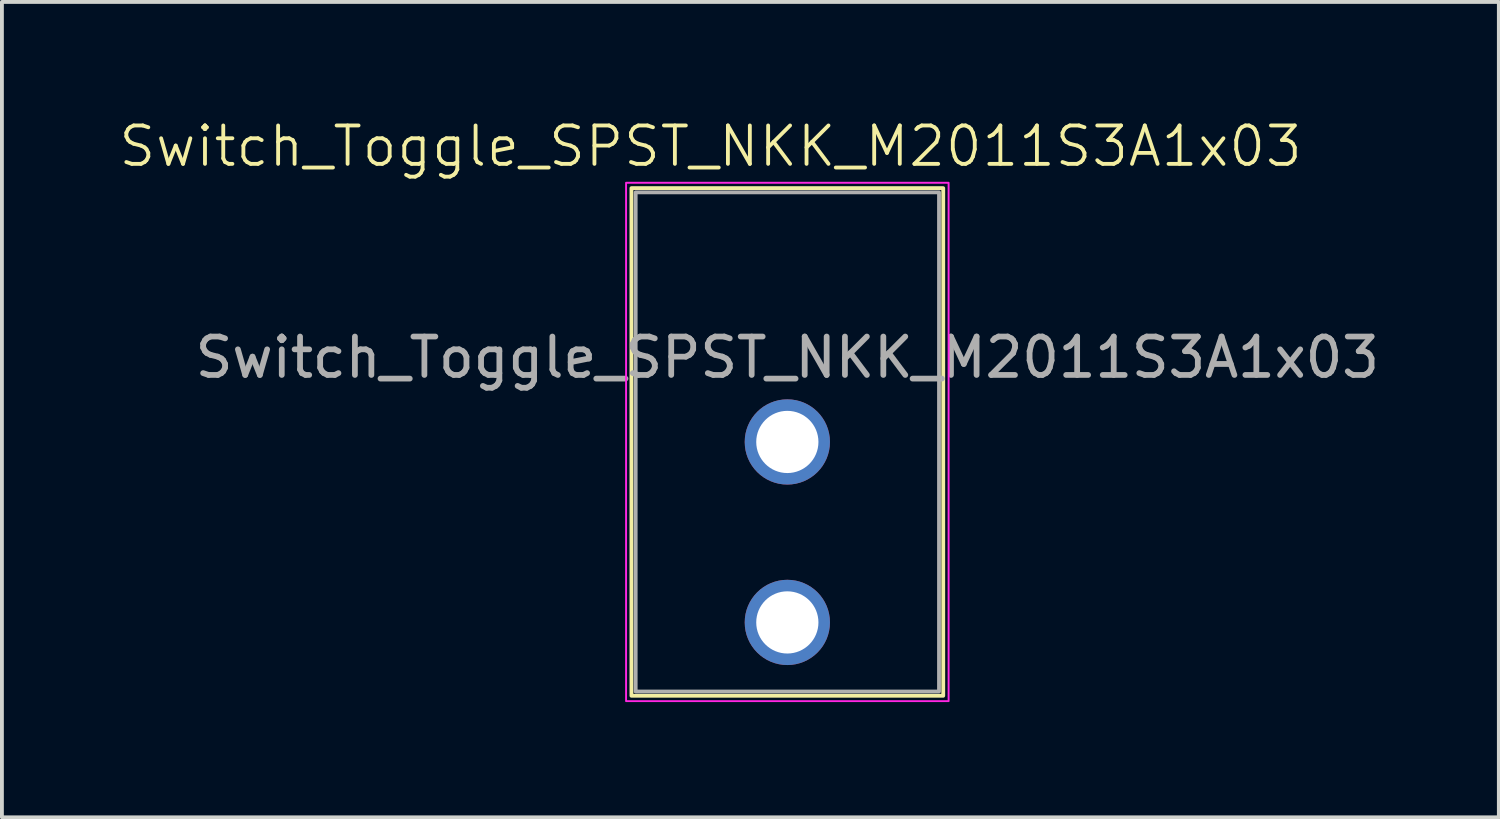
<source format=kicad_pcb>
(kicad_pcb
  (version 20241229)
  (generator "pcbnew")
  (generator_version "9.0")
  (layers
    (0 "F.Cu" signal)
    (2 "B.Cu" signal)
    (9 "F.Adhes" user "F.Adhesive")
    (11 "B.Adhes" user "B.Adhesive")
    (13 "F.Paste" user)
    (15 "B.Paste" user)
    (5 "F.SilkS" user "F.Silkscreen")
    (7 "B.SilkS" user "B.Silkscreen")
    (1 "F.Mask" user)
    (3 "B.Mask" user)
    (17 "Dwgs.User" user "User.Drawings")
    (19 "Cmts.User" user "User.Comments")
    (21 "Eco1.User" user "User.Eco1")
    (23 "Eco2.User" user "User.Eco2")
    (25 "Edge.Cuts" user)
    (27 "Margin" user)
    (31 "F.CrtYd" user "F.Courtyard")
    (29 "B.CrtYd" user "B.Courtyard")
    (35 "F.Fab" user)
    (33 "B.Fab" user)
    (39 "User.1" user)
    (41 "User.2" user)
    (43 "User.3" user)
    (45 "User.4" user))
  (footprint "Switch_Toggle_SPST_NKK_M2011S3A1x03"
    (layer "F.Cu")
    (at 17.455 3.76)
    (property "Reference" "Switch_Toggle_SPST_NKK_M2011S3A1x03" (at -2 -3 0) (unlocked yes) (layer "F.SilkS") (effects (font (size 1 1) (thickness 0.1))))
    (attr through_hole)
    (fp_rect (start -4.06 -1.91) (end 4.06 11.31) (stroke (width 0.1) (type default)) (fill no) (layer "F.SilkS"))
    (fp_rect (start -4.2 -2.05) (end 4.2 11.45) (stroke (width 0.05) (type default)) (fill no) (layer "F.CrtYd"))
    (fp_rect (start 3.95 11.2) (end -3.95 -1.8) (stroke (width 0.1) (type default)) (fill no) (layer "F.Fab"))
    (fp_text user "${REFERENCE}" (at 0 2.5 0) (unlocked yes) (layer "F.Fab") (effects (font (size 1 1) (thickness 0.15))))
    (pad "2" thru_hole circle (at 0 4.7) (size 2.22 2.22) (drill 1.62) (layers "*.Cu" "*.Mask"))
    (pad "3" thru_hole circle (at 0 9.4) (size 2.22 2.22) (drill 1.62) (layers "*.Cu" "*.Mask")))
  (gr_rect
    (start -3 -3)
    (end 35.985 18.235)
    (stroke (width 0.1) (type default))
    (fill no)
    (layer "Edge.Cuts")))
</source>
